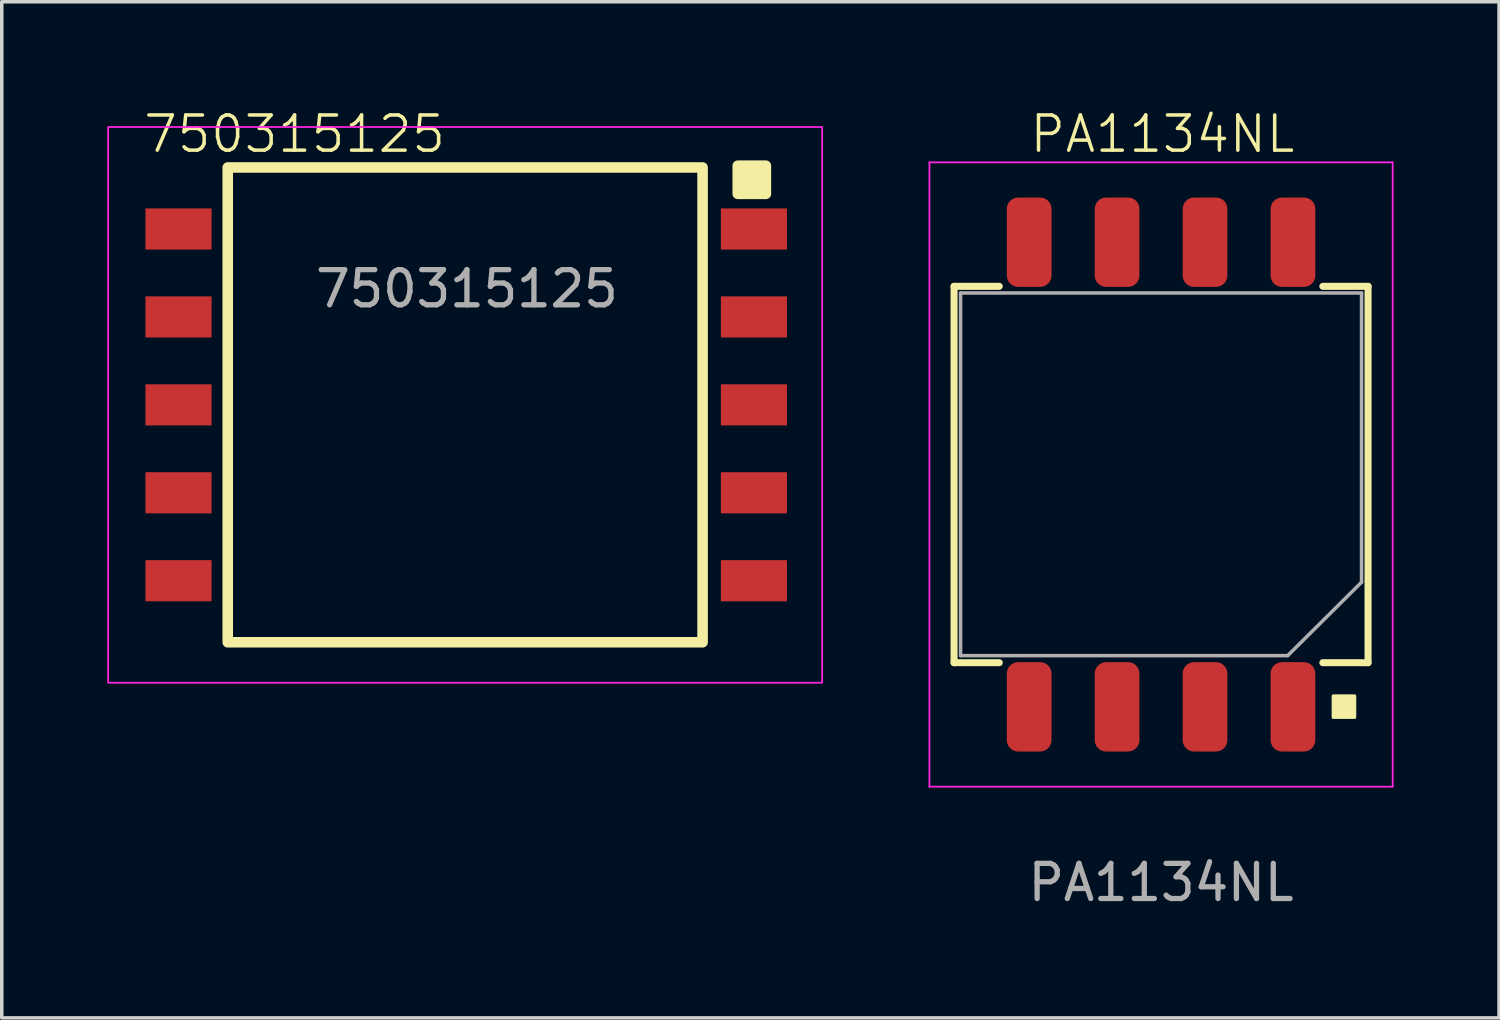
<source format=kicad_pcb>
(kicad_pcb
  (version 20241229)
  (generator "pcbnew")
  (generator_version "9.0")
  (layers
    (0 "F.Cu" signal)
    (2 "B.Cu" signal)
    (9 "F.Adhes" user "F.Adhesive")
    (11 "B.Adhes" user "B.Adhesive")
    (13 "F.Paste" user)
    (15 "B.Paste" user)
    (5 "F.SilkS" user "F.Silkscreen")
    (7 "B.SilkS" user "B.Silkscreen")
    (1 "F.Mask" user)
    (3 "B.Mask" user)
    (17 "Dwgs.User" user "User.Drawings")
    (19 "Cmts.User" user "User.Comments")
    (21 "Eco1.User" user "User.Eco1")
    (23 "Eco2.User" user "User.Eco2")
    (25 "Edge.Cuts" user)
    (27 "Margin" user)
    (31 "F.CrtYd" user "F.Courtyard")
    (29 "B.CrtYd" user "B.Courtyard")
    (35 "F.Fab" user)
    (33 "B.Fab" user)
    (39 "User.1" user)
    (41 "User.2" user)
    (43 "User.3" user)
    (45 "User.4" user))
  (footprint "750315125"
    (layer "F.Cu")
    (at 2.025 3.461)
    (property "Reference" "750315125" (at 3.3 -2.7 0) (unlocked yes) (layer "F.SilkS") (effects (font (size 1 1) (thickness 0.1))))
    (attr smd)
    (fp_rect (start 1.4 -1.75) (end 14.9 11.75) (stroke (width 0.3) (type default)) (fill no) (layer "F.SilkS"))
    (fp_rect (start 15.9 -1.8) (end 16.7 -1) (stroke (width 0.3) (type solid)) (fill yes) (layer "F.SilkS"))
    (fp_rect (start -2 -2.9) (end 18.3 12.9) (stroke (width 0.05) (type default)) (fill no) (layer "F.CrtYd"))
    (fp_text user "${REFERENCE}" (at 8.2 1.7 0) (unlocked yes) (layer "F.Fab") (effects (font (size 1 1) (thickness 0.15))))
    (pad "1" smd rect (at 16.36 0 180) (size 1.88 1.17) (layers "F.Cu" "F.Mask" "F.Paste"))
    (pad "2" smd rect (at 16.36 2.5 180) (size 1.88 1.17) (layers "F.Cu" "F.Mask" "F.Paste"))
    (pad "3" smd rect (at 16.36 5 180) (size 1.88 1.17) (layers "F.Cu" "F.Mask" "F.Paste"))
    (pad "4" smd rect (at 16.36 7.5 180) (size 1.88 1.17) (layers "F.Cu" "F.Mask" "F.Paste"))
    (pad "5" smd rect (at 16.36 10 180) (size 1.88 1.17) (layers "F.Cu" "F.Mask" "F.Paste"))
    (pad "6" smd rect (at 0 10 180) (size 1.88 1.17) (layers "F.Cu" "F.Mask" "F.Paste"))
    (pad "7" smd rect (at 0 7.5 180) (size 1.88 1.17) (layers "F.Cu" "F.Mask" "F.Paste"))
    (pad "8" smd rect (at 0 5 180) (size 1.88 1.17) (layers "F.Cu" "F.Mask" "F.Paste"))
    (pad "9" smd rect (at 0 2.5 180) (size 1.88 1.17) (layers "F.Cu" "F.Mask" "F.Paste"))
    (pad "10" smd rect (at 0 0 180) (size 1.88 1.17) (layers "F.Cu" "F.Mask" "F.Paste")))
  (footprint "PA1134NL"
    (layer "F.Cu")
    (at 29.96 10.441)
    (property "Reference" "PA1134NL" (at 0.04 -9.68 0) (unlocked yes) (layer "F.SilkS") (effects (font (size 1 1) (thickness 0.1))))
    (attr smd)
    (fp_line (start -5.885 -5.35) (end -4.6 -5.35) (stroke (width 0.2) (type solid)) (layer "F.SilkS"))
    (fp_line (start -5.885 5.35) (end -5.885 -5.35) (stroke (width 0.2) (type solid)) (layer "F.SilkS"))
    (fp_line (start -5.885 5.35) (end -4.6 5.35) (stroke (width 0.2) (type solid)) (layer "F.SilkS"))
    (fp_line (start 5.885 -5.35) (end 4.6 -5.35) (stroke (width 0.2) (type solid)) (layer "F.SilkS"))
    (fp_line (start 5.885 5.35) (end 4.6 5.35) (stroke (width 0.2) (type solid)) (layer "F.SilkS"))
    (fp_line (start 5.885 5.35) (end 5.885 -5.35) (stroke (width 0.2) (type solid)) (layer "F.SilkS"))
    (fp_rect (start 4.9 6.3) (end 5.5 6.9) (stroke (width 0.1) (type solid)) (fill yes) (layer "F.SilkS"))
    (fp_line (start -6.585 -8.875) (end 6.585 -8.875) (stroke (width 0.05) (type solid)) (layer "F.CrtYd"))
    (fp_line (start -6.585 8.875) (end -6.585 -8.875) (stroke (width 0.05) (type solid)) (layer "F.CrtYd"))
    (fp_line (start 6.585 -8.875) (end 6.585 8.875) (stroke (width 0.05) (type solid)) (layer "F.CrtYd"))
    (fp_line (start 6.585 8.875) (end -6.585 8.875) (stroke (width 0.05) (type solid)) (layer "F.CrtYd"))
    (fp_line (start -5.7 -5.162) (end 5.7 -5.162) (stroke (width 0.1) (type solid)) (layer "F.Fab"))
    (fp_line (start -5.7 5.15) (end -5.7 -5.162) (stroke (width 0.1) (type solid)) (layer "F.Fab"))
    (fp_line (start 3.6 5.15) (end -5.7 5.15) (stroke (width 0.1) (type solid)) (layer "F.Fab"))
    (fp_line (start 3.6 5.15) (end 5.7 3.062) (stroke (width 0.1) (type solid)) (layer "F.Fab"))
    (fp_line (start 5.7 -5.162) (end 5.7 3.062) (stroke (width 0.1) (type solid)) (layer "F.Fab"))
    (fp_text user "${REFERENCE}" (at 0 11.6 0) (unlocked yes) (layer "F.Fab") (effects (font (size 1 1) (thickness 0.15))))
    (pad "1" smd roundrect (at 3.75 6.605 90) (size 2.54 1.27) (layers "F.Cu" "F.Mask" "F.Paste") (roundrect_rratio 0.25))
    (pad "2" smd roundrect (at 1.25 6.605 90) (size 2.54 1.27) (layers "F.Cu" "F.Mask" "F.Paste") (roundrect_rratio 0.25))
    (pad "3" smd roundrect (at -1.25 6.605 90) (size 2.54 1.27) (layers "F.Cu" "F.Mask" "F.Paste") (roundrect_rratio 0.25))
    (pad "4" smd roundrect (at -3.75 6.605 90) (size 2.54 1.27) (layers "F.Cu" "F.Mask" "F.Paste") (roundrect_rratio 0.25))
    (pad "5" smd roundrect (at -3.75 -6.605 90) (size 2.54 1.27) (layers "F.Cu" "F.Mask" "F.Paste") (roundrect_rratio 0.25))
    (pad "6" smd roundrect (at -1.25 -6.605 90) (size 2.54 1.27) (layers "F.Cu" "F.Mask" "F.Paste") (roundrect_rratio 0.25))
    (pad "7" smd roundrect (at 1.25 -6.605 90) (size 2.54 1.27) (layers "F.Cu" "F.Mask" "F.Paste") (roundrect_rratio 0.25))
    (pad "8" smd roundrect (at 3.75 -6.605 90) (size 2.54 1.27) (layers "F.Cu" "F.Mask" "F.Paste") (roundrect_rratio 0.25)))
  (gr_rect
    (start -3 -3)
    (end 39.57 25.889)
    (stroke (width 0.1) (type default))
    (fill no)
    (layer "Edge.Cuts")))
</source>
